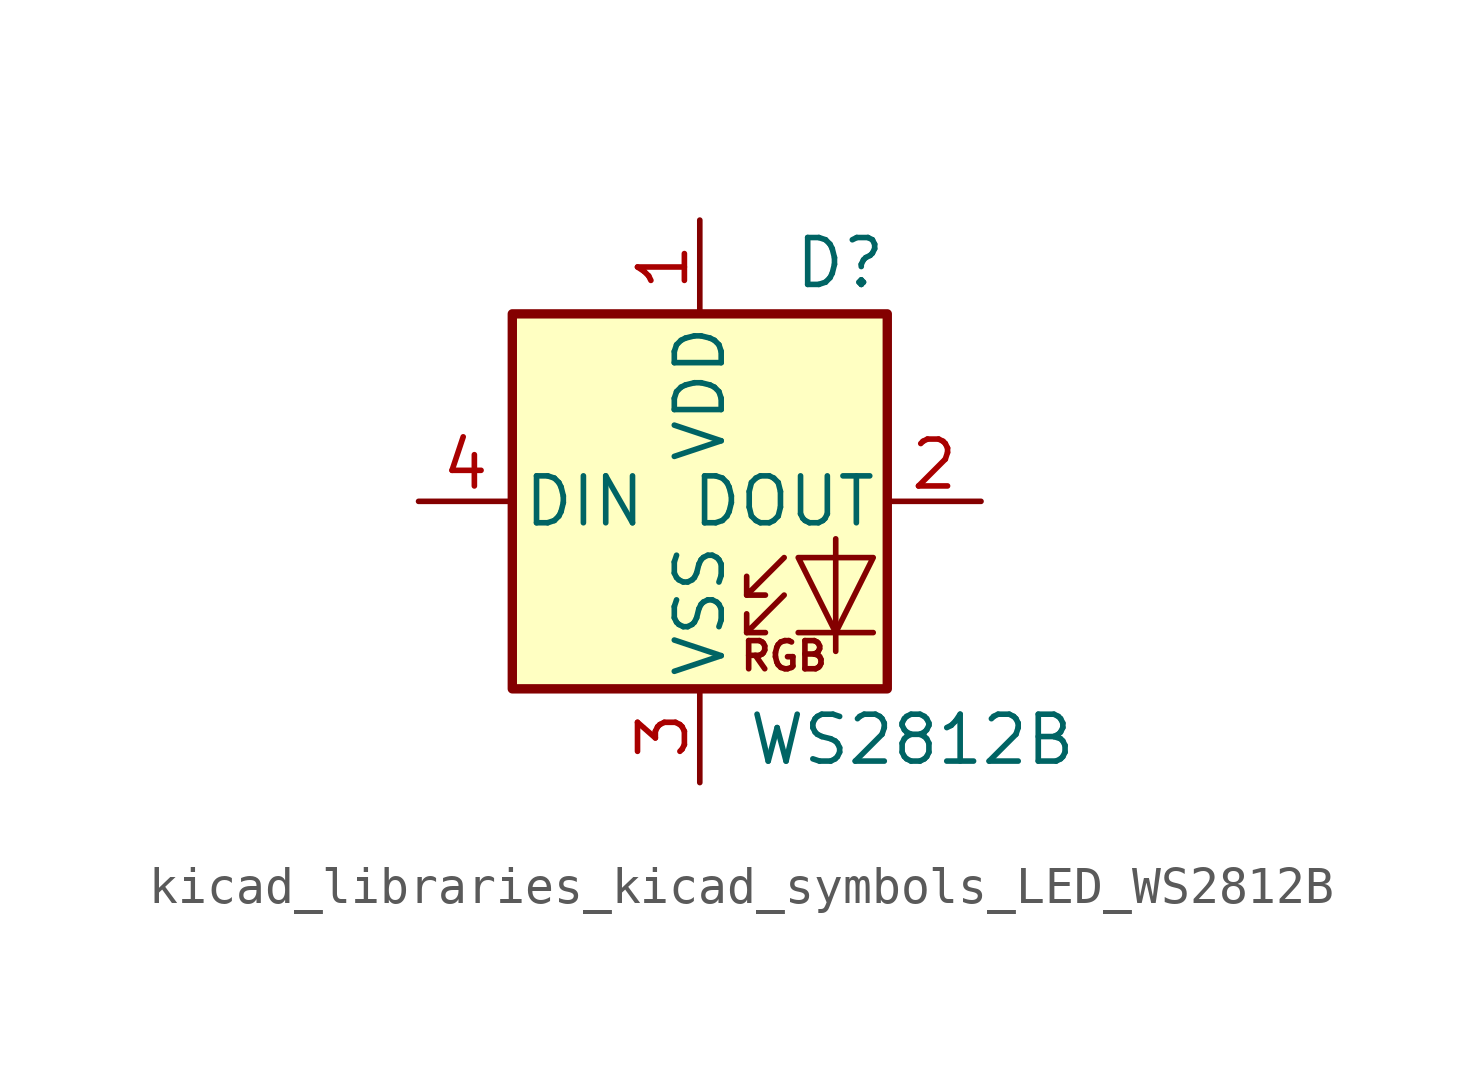
<source format=kicad_sym>
(kicad_symbol_lib
  (version 20220914)
  (generator kicad_symbol_editor)
  (symbol "kicad_libraries_kicad_symbols_LED_WS2812B"
    (pin_names
      (offset 0.254))
    (property "Reference" "D"
      (at 5.08 5.715 0)
      (effects (font (size 1.27 1.27)) (justify right bottom)))
    (property "Value" "WS2812B"
      (at 1.27 -5.715 0)
      (effects (font (size 1.27 1.27)) (justify left top)))
    (symbol "kicad_libraries_kicad_symbols_LED_WS2812B_0_0"
      (text "RGB" (at 2.286 -4.191 0) (effects (font (size 0.762 0.762)))))
    (symbol "kicad_libraries_kicad_symbols_LED_WS2812B_0_1"
      (polyline (pts (xy 1.27 -3.556) (xy 1.778 -3.556)) (stroke (width 0) (type default)) (fill (type none)))
      (polyline (pts (xy 1.27 -2.54) (xy 1.778 -2.54)) (stroke (width 0) (type default)) (fill (type none)))
      (polyline (pts (xy 4.699 -3.556) (xy 2.667 -3.556)) (stroke (width 0) (type default)) (fill (type none)))
      (polyline (pts (xy 2.286 -2.54) (xy 1.27 -3.556) (xy 1.27 -3.048)) (stroke (width 0) (type default)) (fill (type none)))
      (polyline (pts (xy 2.286 -1.524) (xy 1.27 -2.54) (xy 1.27 -2.032)) (stroke (width 0) (type default)) (fill (type none)))
      (polyline (pts (xy 3.683 -1.016) (xy 3.683 -3.556) (xy 3.683 -4.064)) (stroke (width 0) (type default)) (fill (type none)))
      (polyline (pts (xy 4.699 -1.524) (xy 2.667 -1.524) (xy 3.683 -3.556) (xy 4.699 -1.524)) (stroke (width 0) (type default)) (fill (type none)))
      (rectangle (start 5.08 5.08) (end -5.08 -5.08) (stroke (width 0.254) (type default)) (fill (type background))))
    (symbol "kicad_libraries_kicad_symbols_LED_WS2812B_1_1"
      (pin power_in line (at 0 7.62 270) (length 2.54) (name "VDD" (effects (font (size 1.27 1.27)))) (number "1" (effects (font (size 1.27 1.27)))))
      (pin output line (at 7.62 0 180) (length 2.54) (name "DOUT" (effects (font (size 1.27 1.27)))) (number "2" (effects (font (size 1.27 1.27)))))
      (pin power_in line (at 0 -7.62 90) (length 2.54) (name "VSS" (effects (font (size 1.27 1.27)))) (number "3" (effects (font (size 1.27 1.27)))))
      (pin input line (at -7.62 0 0) (length 2.54) (name "DIN" (effects (font (size 1.27 1.27)))) (number "4" (effects (font (size 1.27 1.27))))))))
</source>
